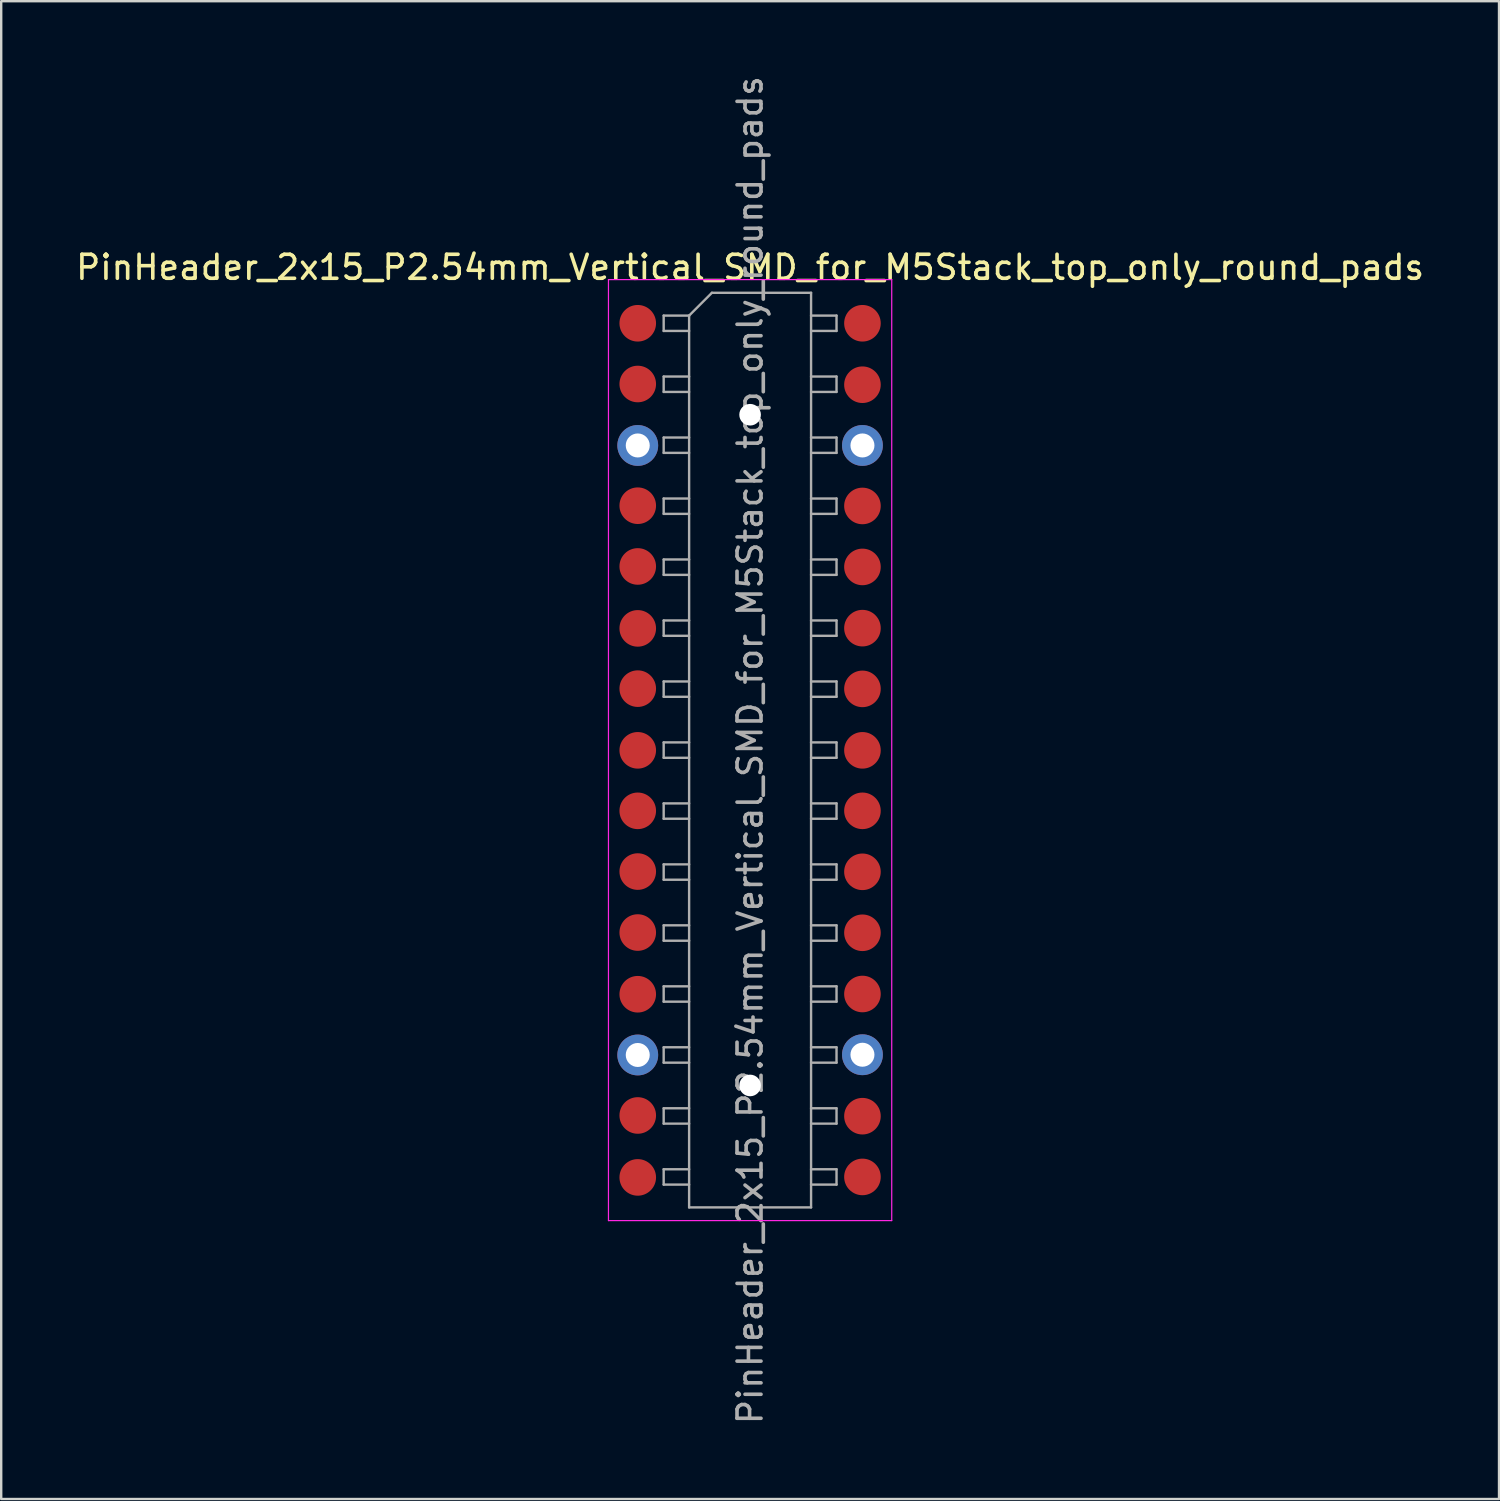
<source format=kicad_pcb>
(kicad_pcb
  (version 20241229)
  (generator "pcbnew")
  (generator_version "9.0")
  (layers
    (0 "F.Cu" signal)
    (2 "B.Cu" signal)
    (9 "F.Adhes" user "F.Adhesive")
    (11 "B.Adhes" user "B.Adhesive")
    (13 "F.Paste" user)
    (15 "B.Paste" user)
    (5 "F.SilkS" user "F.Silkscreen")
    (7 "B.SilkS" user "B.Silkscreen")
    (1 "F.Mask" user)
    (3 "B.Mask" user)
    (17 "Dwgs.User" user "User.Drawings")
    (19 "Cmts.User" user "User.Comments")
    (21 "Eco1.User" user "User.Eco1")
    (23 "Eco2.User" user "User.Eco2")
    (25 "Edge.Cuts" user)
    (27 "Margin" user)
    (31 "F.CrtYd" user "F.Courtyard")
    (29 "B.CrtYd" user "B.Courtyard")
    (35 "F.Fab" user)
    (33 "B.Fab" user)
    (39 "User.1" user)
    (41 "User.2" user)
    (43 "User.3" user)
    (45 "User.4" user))
  (footprint "PinHeader_2x15_P2.54mm_Vertical_SMD_for_M5Stack_top_only_round_pads"
    (layer "F.Cu")
    (at 28.196 28.196)
    (property "Reference" "PinHeader_2x15_P2.54mm_Vertical_SMD_for_M5Stack_top_only_round_pads" (at 0 -20.11 0) (layer "F.SilkS") (effects (font (size 1 1) (thickness 0.15))))
    (attr smd)
    (fp_line (start -5.9 -19.6) (end -5.9 19.6) (stroke (width 0.05) (type solid)) (layer "F.CrtYd"))
    (fp_line (start -5.9 19.6) (end 5.9 19.6) (stroke (width 0.05) (type solid)) (layer "F.CrtYd"))
    (fp_line (start 5.9 -19.6) (end -5.9 -19.6) (stroke (width 0.05) (type solid)) (layer "F.CrtYd"))
    (fp_line (start 5.9 19.6) (end 5.9 -19.6) (stroke (width 0.05) (type solid)) (layer "F.CrtYd"))
    (fp_line (start -3.6 -18.1) (end -3.6 -17.46) (stroke (width 0.1) (type solid)) (layer "F.Fab"))
    (fp_line (start -3.6 -17.46) (end -2.54 -17.46) (stroke (width 0.1) (type solid)) (layer "F.Fab"))
    (fp_line (start -3.6 -15.56) (end -3.6 -14.92) (stroke (width 0.1) (type solid)) (layer "F.Fab"))
    (fp_line (start -3.6 -14.92) (end -2.54 -14.92) (stroke (width 0.1) (type solid)) (layer "F.Fab"))
    (fp_line (start -3.6 -13.02) (end -3.6 -12.38) (stroke (width 0.1) (type solid)) (layer "F.Fab"))
    (fp_line (start -3.6 -12.38) (end -2.54 -12.38) (stroke (width 0.1) (type solid)) (layer "F.Fab"))
    (fp_line (start -3.6 -10.48) (end -3.6 -9.84) (stroke (width 0.1) (type solid)) (layer "F.Fab"))
    (fp_line (start -3.6 -9.84) (end -2.54 -9.84) (stroke (width 0.1) (type solid)) (layer "F.Fab"))
    (fp_line (start -3.6 -7.94) (end -3.6 -7.3) (stroke (width 0.1) (type solid)) (layer "F.Fab"))
    (fp_line (start -3.6 -7.3) (end -2.54 -7.3) (stroke (width 0.1) (type solid)) (layer "F.Fab"))
    (fp_line (start -3.6 -5.4) (end -3.6 -4.76) (stroke (width 0.1) (type solid)) (layer "F.Fab"))
    (fp_line (start -3.6 -4.76) (end -2.54 -4.76) (stroke (width 0.1) (type solid)) (layer "F.Fab"))
    (fp_line (start -3.6 -2.86) (end -3.6 -2.22) (stroke (width 0.1) (type solid)) (layer "F.Fab"))
    (fp_line (start -3.6 -2.22) (end -2.54 -2.22) (stroke (width 0.1) (type solid)) (layer "F.Fab"))
    (fp_line (start -3.6 -0.32) (end -3.6 0.32) (stroke (width 0.1) (type solid)) (layer "F.Fab"))
    (fp_line (start -3.6 0.32) (end -2.54 0.32) (stroke (width 0.1) (type solid)) (layer "F.Fab"))
    (fp_line (start -3.6 2.22) (end -3.6 2.86) (stroke (width 0.1) (type solid)) (layer "F.Fab"))
    (fp_line (start -3.6 2.86) (end -2.54 2.86) (stroke (width 0.1) (type solid)) (layer "F.Fab"))
    (fp_line (start -3.6 4.76) (end -3.6 5.4) (stroke (width 0.1) (type solid)) (layer "F.Fab"))
    (fp_line (start -3.6 5.4) (end -2.54 5.4) (stroke (width 0.1) (type solid)) (layer "F.Fab"))
    (fp_line (start -3.6 7.3) (end -3.6 7.94) (stroke (width 0.1) (type solid)) (layer "F.Fab"))
    (fp_line (start -3.6 7.94) (end -2.54 7.94) (stroke (width 0.1) (type solid)) (layer "F.Fab"))
    (fp_line (start -3.6 9.84) (end -3.6 10.48) (stroke (width 0.1) (type solid)) (layer "F.Fab"))
    (fp_line (start -3.6 10.48) (end -2.54 10.48) (stroke (width 0.1) (type solid)) (layer "F.Fab"))
    (fp_line (start -3.6 12.38) (end -3.6 13.02) (stroke (width 0.1) (type solid)) (layer "F.Fab"))
    (fp_line (start -3.6 13.02) (end -2.54 13.02) (stroke (width 0.1) (type solid)) (layer "F.Fab"))
    (fp_line (start -3.6 14.92) (end -3.6 15.56) (stroke (width 0.1) (type solid)) (layer "F.Fab"))
    (fp_line (start -3.6 15.56) (end -2.54 15.56) (stroke (width 0.1) (type solid)) (layer "F.Fab"))
    (fp_line (start -3.6 17.46) (end -3.6 18.1) (stroke (width 0.1) (type solid)) (layer "F.Fab"))
    (fp_line (start -3.6 18.1) (end -2.54 18.1) (stroke (width 0.1) (type solid)) (layer "F.Fab"))
    (fp_line (start -2.54 -18.1) (end -3.6 -18.1) (stroke (width 0.1) (type solid)) (layer "F.Fab"))
    (fp_line (start -2.54 -18.1) (end -1.59 -19.05) (stroke (width 0.1) (type solid)) (layer "F.Fab"))
    (fp_line (start -2.54 -15.56) (end -3.6 -15.56) (stroke (width 0.1) (type solid)) (layer "F.Fab"))
    (fp_line (start -2.54 -13.02) (end -3.6 -13.02) (stroke (width 0.1) (type solid)) (layer "F.Fab"))
    (fp_line (start -2.54 -10.48) (end -3.6 -10.48) (stroke (width 0.1) (type solid)) (layer "F.Fab"))
    (fp_line (start -2.54 -7.94) (end -3.6 -7.94) (stroke (width 0.1) (type solid)) (layer "F.Fab"))
    (fp_line (start -2.54 -5.4) (end -3.6 -5.4) (stroke (width 0.1) (type solid)) (layer "F.Fab"))
    (fp_line (start -2.54 -2.86) (end -3.6 -2.86) (stroke (width 0.1) (type solid)) (layer "F.Fab"))
    (fp_line (start -2.54 -0.32) (end -3.6 -0.32) (stroke (width 0.1) (type solid)) (layer "F.Fab"))
    (fp_line (start -2.54 2.22) (end -3.6 2.22) (stroke (width 0.1) (type solid)) (layer "F.Fab"))
    (fp_line (start -2.54 4.76) (end -3.6 4.76) (stroke (width 0.1) (type solid)) (layer "F.Fab"))
    (fp_line (start -2.54 7.3) (end -3.6 7.3) (stroke (width 0.1) (type solid)) (layer "F.Fab"))
    (fp_line (start -2.54 9.84) (end -3.6 9.84) (stroke (width 0.1) (type solid)) (layer "F.Fab"))
    (fp_line (start -2.54 12.38) (end -3.6 12.38) (stroke (width 0.1) (type solid)) (layer "F.Fab"))
    (fp_line (start -2.54 14.92) (end -3.6 14.92) (stroke (width 0.1) (type solid)) (layer "F.Fab"))
    (fp_line (start -2.54 17.46) (end -3.6 17.46) (stroke (width 0.1) (type solid)) (layer "F.Fab"))
    (fp_line (start -2.54 19.05) (end -2.54 -18.1) (stroke (width 0.1) (type solid)) (layer "F.Fab"))
    (fp_line (start -1.59 -19.05) (end 2.54 -19.05) (stroke (width 0.1) (type solid)) (layer "F.Fab"))
    (fp_line (start 2.54 -19.05) (end 2.54 19.05) (stroke (width 0.1) (type solid)) (layer "F.Fab"))
    (fp_line (start 2.54 -18.1) (end 3.6 -18.1) (stroke (width 0.1) (type solid)) (layer "F.Fab"))
    (fp_line (start 2.54 -15.56) (end 3.6 -15.56) (stroke (width 0.1) (type solid)) (layer "F.Fab"))
    (fp_line (start 2.54 -13.02) (end 3.6 -13.02) (stroke (width 0.1) (type solid)) (layer "F.Fab"))
    (fp_line (start 2.54 -10.48) (end 3.6 -10.48) (stroke (width 0.1) (type solid)) (layer "F.Fab"))
    (fp_line (start 2.54 -7.94) (end 3.6 -7.94) (stroke (width 0.1) (type solid)) (layer "F.Fab"))
    (fp_line (start 2.54 -5.4) (end 3.6 -5.4) (stroke (width 0.1) (type solid)) (layer "F.Fab"))
    (fp_line (start 2.54 -2.86) (end 3.6 -2.86) (stroke (width 0.1) (type solid)) (layer "F.Fab"))
    (fp_line (start 2.54 -0.32) (end 3.6 -0.32) (stroke (width 0.1) (type solid)) (layer "F.Fab"))
    (fp_line (start 2.54 2.22) (end 3.6 2.22) (stroke (width 0.1) (type solid)) (layer "F.Fab"))
    (fp_line (start 2.54 4.76) (end 3.6 4.76) (stroke (width 0.1) (type solid)) (layer "F.Fab"))
    (fp_line (start 2.54 7.3) (end 3.6 7.3) (stroke (width 0.1) (type solid)) (layer "F.Fab"))
    (fp_line (start 2.54 9.84) (end 3.6 9.84) (stroke (width 0.1) (type solid)) (layer "F.Fab"))
    (fp_line (start 2.54 12.38) (end 3.6 12.38) (stroke (width 0.1) (type solid)) (layer "F.Fab"))
    (fp_line (start 2.54 14.92) (end 3.6 14.92) (stroke (width 0.1) (type solid)) (layer "F.Fab"))
    (fp_line (start 2.54 17.46) (end 3.6 17.46) (stroke (width 0.1) (type solid)) (layer "F.Fab"))
    (fp_line (start 2.54 19.05) (end -2.54 19.05) (stroke (width 0.1) (type solid)) (layer "F.Fab"))
    (fp_line (start 3.6 -18.1) (end 3.6 -17.46) (stroke (width 0.1) (type solid)) (layer "F.Fab"))
    (fp_line (start 3.6 -17.46) (end 2.54 -17.46) (stroke (width 0.1) (type solid)) (layer "F.Fab"))
    (fp_line (start 3.6 -15.56) (end 3.6 -14.92) (stroke (width 0.1) (type solid)) (layer "F.Fab"))
    (fp_line (start 3.6 -14.92) (end 2.54 -14.92) (stroke (width 0.1) (type solid)) (layer "F.Fab"))
    (fp_line (start 3.6 -13.02) (end 3.6 -12.38) (stroke (width 0.1) (type solid)) (layer "F.Fab"))
    (fp_line (start 3.6 -12.38) (end 2.54 -12.38) (stroke (width 0.1) (type solid)) (layer "F.Fab"))
    (fp_line (start 3.6 -10.48) (end 3.6 -9.84) (stroke (width 0.1) (type solid)) (layer "F.Fab"))
    (fp_line (start 3.6 -9.84) (end 2.54 -9.84) (stroke (width 0.1) (type solid)) (layer "F.Fab"))
    (fp_line (start 3.6 -7.94) (end 3.6 -7.3) (stroke (width 0.1) (type solid)) (layer "F.Fab"))
    (fp_line (start 3.6 -7.3) (end 2.54 -7.3) (stroke (width 0.1) (type solid)) (layer "F.Fab"))
    (fp_line (start 3.6 -5.4) (end 3.6 -4.76) (stroke (width 0.1) (type solid)) (layer "F.Fab"))
    (fp_line (start 3.6 -4.76) (end 2.54 -4.76) (stroke (width 0.1) (type solid)) (layer "F.Fab"))
    (fp_line (start 3.6 -2.86) (end 3.6 -2.22) (stroke (width 0.1) (type solid)) (layer "F.Fab"))
    (fp_line (start 3.6 -2.22) (end 2.54 -2.22) (stroke (width 0.1) (type solid)) (layer "F.Fab"))
    (fp_line (start 3.6 -0.32) (end 3.6 0.32) (stroke (width 0.1) (type solid)) (layer "F.Fab"))
    (fp_line (start 3.6 0.32) (end 2.54 0.32) (stroke (width 0.1) (type solid)) (layer "F.Fab"))
    (fp_line (start 3.6 2.22) (end 3.6 2.86) (stroke (width 0.1) (type solid)) (layer "F.Fab"))
    (fp_line (start 3.6 2.86) (end 2.54 2.86) (stroke (width 0.1) (type solid)) (layer "F.Fab"))
    (fp_line (start 3.6 4.76) (end 3.6 5.4) (stroke (width 0.1) (type solid)) (layer "F.Fab"))
    (fp_line (start 3.6 5.4) (end 2.54 5.4) (stroke (width 0.1) (type solid)) (layer "F.Fab"))
    (fp_line (start 3.6 7.3) (end 3.6 7.94) (stroke (width 0.1) (type solid)) (layer "F.Fab"))
    (fp_line (start 3.6 7.94) (end 2.54 7.94) (stroke (width 0.1) (type solid)) (layer "F.Fab"))
    (fp_line (start 3.6 9.84) (end 3.6 10.48) (stroke (width 0.1) (type solid)) (layer "F.Fab"))
    (fp_line (start 3.6 10.48) (end 2.54 10.48) (stroke (width 0.1) (type solid)) (layer "F.Fab"))
    (fp_line (start 3.6 12.38) (end 3.6 13.02) (stroke (width 0.1) (type solid)) (layer "F.Fab"))
    (fp_line (start 3.6 13.02) (end 2.54 13.02) (stroke (width 0.1) (type solid)) (layer "F.Fab"))
    (fp_line (start 3.6 14.92) (end 3.6 15.56) (stroke (width 0.1) (type solid)) (layer "F.Fab"))
    (fp_line (start 3.6 15.56) (end 2.54 15.56) (stroke (width 0.1) (type solid)) (layer "F.Fab"))
    (fp_line (start 3.6 17.46) (end 3.6 18.1) (stroke (width 0.1) (type solid)) (layer "F.Fab"))
    (fp_line (start 3.6 18.1) (end 2.54 18.1) (stroke (width 0.1) (type solid)) (layer "F.Fab"))
    (fp_text user "${REFERENCE}" (at 0 0 90) (layer "F.Fab") (effects (font (size 1 1) (thickness 0.15))))
    (pad "" np_thru_hole circle (at 0 -13.97) (size 0.9 0.9) (drill 0.9) (layers "*.Cu" "*.Mask"))
    (pad "" np_thru_hole circle (at 0 13.97) (size 0.9 0.9) (drill 0.9) (layers "*.Cu" "*.Mask"))
    (pad "1" smd circle (at -4.68 -17.78) (size 1.524 1.524) (layers "F.Cu" "F.Mask" "F.Paste"))
    (pad "2" smd circle (at 4.68 -17.78) (size 1.524 1.524) (layers "F.Cu" "F.Mask" "F.Paste"))
    (pad "3" smd circle (at -4.68 -15.25) (size 1.524 1.524) (layers "F.Cu" "F.Mask" "F.Paste"))
    (pad "4" smd circle (at 4.68 -15.22) (size 1.524 1.524) (layers "F.Cu" "F.Mask" "F.Paste"))
    (pad "5" thru_hole circle (at -4.68 -12.69) (size 1.7 1.7) (drill 1) (layers "*.Cu" "*.Mask"))
    (pad "6" thru_hole circle (at 4.68 -12.69) (size 1.7 1.7) (drill 1) (layers "*.Cu" "*.Mask"))
    (pad "7" smd circle (at -4.68 -10.18) (size 1.524 1.524) (layers "F.Cu" "F.Mask" "F.Paste"))
    (pad "8" smd circle (at 4.68 -10.17) (size 1.524 1.524) (layers "F.Cu" "F.Mask" "F.Paste"))
    (pad "9" smd circle (at -4.68 -7.65) (size 1.524 1.524) (layers "F.Cu" "F.Mask" "F.Paste"))
    (pad "10" smd circle (at 4.68 -7.63) (size 1.524 1.524) (layers "F.Cu" "F.Mask" "F.Paste"))
    (pad "11" smd circle (at -4.68 -5.07) (size 1.524 1.524) (layers "F.Cu" "F.Mask" "F.Paste"))
    (pad "12" smd circle (at 4.68 -5.08) (size 1.524 1.524) (layers "F.Cu" "F.Mask" "F.Paste"))
    (pad "13" smd circle (at -4.68 -2.56) (size 1.524 1.524) (layers "F.Cu" "F.Mask" "F.Paste"))
    (pad "14" smd circle (at 4.68 -2.55) (size 1.524 1.524) (layers "F.Cu" "F.Mask" "F.Paste"))
    (pad "15" smd circle (at -4.68 0.01) (size 1.524 1.524) (layers "F.Cu" "F.Mask" "F.Paste"))
    (pad "16" smd circle (at 4.68 0.01) (size 1.524 1.524) (layers "F.Cu" "F.Mask" "F.Paste"))
    (pad "17" smd circle (at -4.68 2.53) (size 1.524 1.524) (layers "F.Cu" "F.Mask" "F.Paste"))
    (pad "18" smd circle (at 4.68 2.53) (size 1.524 1.524) (layers "F.Cu" "F.Mask" "F.Paste"))
    (pad "19" smd circle (at -4.68 5.06) (size 1.524 1.524) (layers "F.Cu" "F.Mask" "F.Paste"))
    (pad "20" smd circle (at 4.68 5.07) (size 1.524 1.524) (layers "F.Cu" "F.Mask" "F.Paste"))
    (pad "21" smd circle (at -4.68 7.6) (size 1.524 1.524) (layers "F.Cu" "F.Mask" "F.Paste"))
    (pad "22" smd circle (at 4.68 7.61) (size 1.524 1.524) (layers "F.Cu" "F.Mask" "F.Paste"))
    (pad "23" smd circle (at -4.68 10.17) (size 1.524 1.524) (layers "F.Cu" "F.Mask" "F.Paste"))
    (pad "24" smd circle (at 4.68 10.16 90) (size 1.524 1.524) (layers "F.Cu" "F.Mask" "F.Paste"))
    (pad "25" thru_hole circle (at -4.68 12.7) (size 1.7 1.7) (drill 1) (layers "*.Cu" "*.Mask"))
    (pad "26" thru_hole circle (at 4.68 12.69) (size 1.7 1.7) (drill 1) (layers "*.Cu" "*.Mask"))
    (pad "27" smd circle (at -4.68 15.22) (size 1.524 1.524) (layers "F.Cu" "F.Mask" "F.Paste"))
    (pad "28" smd circle (at 4.68 15.25) (size 1.524 1.524) (layers "F.Cu" "F.Mask" "F.Paste"))
    (pad "29" smd circle (at -4.68 17.8) (size 1.524 1.524) (layers "F.Cu" "F.Mask" "F.Paste"))
    (pad "30" smd circle (at 4.68 17.78) (size 1.524 1.524) (layers "F.Cu" "F.Mask" "F.Paste")))
  (gr_rect
    (start -3 -3)
    (end 59.393 59.393)
    (stroke (width 0.1) (type default))
    (fill no)
    (layer "Edge.Cuts")))
</source>
